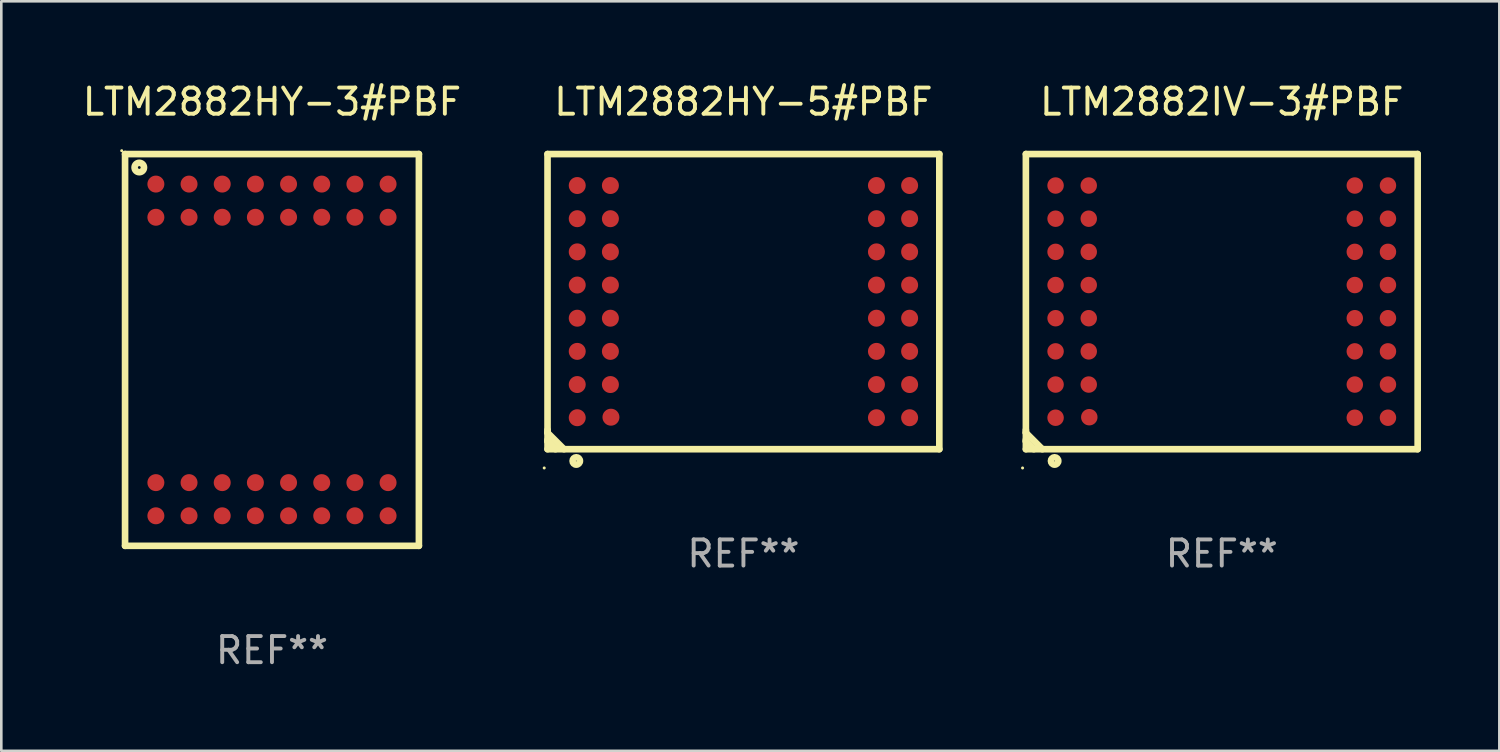
<source format=kicad_pcb>
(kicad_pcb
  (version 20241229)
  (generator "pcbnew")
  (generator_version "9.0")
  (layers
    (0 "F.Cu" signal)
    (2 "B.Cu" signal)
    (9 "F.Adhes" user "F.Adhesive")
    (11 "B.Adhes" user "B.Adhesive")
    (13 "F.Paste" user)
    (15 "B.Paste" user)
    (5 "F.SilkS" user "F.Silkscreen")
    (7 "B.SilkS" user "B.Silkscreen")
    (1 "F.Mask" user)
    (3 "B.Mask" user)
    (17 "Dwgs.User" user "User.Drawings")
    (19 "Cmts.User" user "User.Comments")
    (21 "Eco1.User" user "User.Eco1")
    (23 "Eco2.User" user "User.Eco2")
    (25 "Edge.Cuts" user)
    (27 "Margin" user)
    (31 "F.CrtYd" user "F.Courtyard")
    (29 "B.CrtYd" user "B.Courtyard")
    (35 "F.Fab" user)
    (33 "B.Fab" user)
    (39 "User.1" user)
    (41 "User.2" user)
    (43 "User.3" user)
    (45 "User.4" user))
  (footprint "LTM2882IV-3#PBF"
    (layer "F.Cu")
    (at 43.727 8.498)
    (property "Reference" "LTM2882IV-3#PBF" (at 0 -7.65 0) (layer "F.SilkS") (effects (font (size 1 1) (thickness 0.15))))
    (attr through_hole)
    (fp_line (start -7.5 -5.65) (end -7.5 5.65) (stroke (width 0.254) (type solid)) (layer "F.SilkS"))
    (fp_line (start -7.5 -5.65) (end 7.5 -5.65) (stroke (width 0.254) (type solid)) (layer "F.SilkS"))
    (fp_line (start -7.5 4.911) (end -7.5 5.02) (stroke (width 0.254) (type solid)) (layer "F.SilkS"))
    (fp_line (start -7.5 5.02) (end -6.87 5.65) (stroke (width 0.254) (type solid)) (layer "F.SilkS"))
    (fp_line (start -7.5 5.286) (end -7.5 5.347) (stroke (width 0.254) (type solid)) (layer "F.SilkS"))
    (fp_line (start -7.5 5.347) (end -7.197 5.65) (stroke (width 0.254) (type solid)) (layer "F.SilkS"))
    (fp_line (start -7.5 5.65) (end 7.5 5.65) (stroke (width 0.254) (type solid)) (layer "F.SilkS"))
    (fp_line (start 7.5 -5.65) (end 7.5 5.65) (stroke (width 0.254) (type solid)) (layer "F.SilkS"))
    (fp_circle (center -7.627 6.369) (end -7.597 6.369) (stroke (width 0.06) (type solid)) (fill no) (layer "F.SilkS"))
    (fp_circle (center -6.4 6.1) (end -6.259 6.1) (stroke (width 0.254) (type solid)) (fill no) (layer "F.SilkS"))
    (fp_text user "REF**" (at 0 9.65 0) (layer "F.Fab") (effects (font (size 1 1) (thickness 0.15))))
    (pad "A1" smd circle (at -6.363 4.445) (size 0.63 0.63) (layers "F.Cu" "F.Mask" "F.Paste"))
    (pad "A2" smd circle (at -6.363 3.175) (size 0.63 0.63) (layers "F.Cu" "F.Mask" "F.Paste"))
    (pad "A3" smd circle (at -6.363 1.905) (size 0.63 0.63) (layers "F.Cu" "F.Mask" "F.Paste"))
    (pad "A4" smd circle (at -6.363 0.635) (size 0.63 0.63) (layers "F.Cu" "F.Mask" "F.Paste"))
    (pad "A5" smd circle (at -6.363 -0.635) (size 0.63 0.63) (layers "F.Cu" "F.Mask" "F.Paste"))
    (pad "A6" smd circle (at -6.363 -1.905) (size 0.63 0.63) (layers "F.Cu" "F.Mask" "F.Paste"))
    (pad "A7" smd circle (at -6.363 -3.175) (size 0.63 0.63) (layers "F.Cu" "F.Mask" "F.Paste"))
    (pad "A8" smd circle (at -6.363 -4.445) (size 0.63 0.63) (layers "F.Cu" "F.Mask" "F.Paste"))
    (pad "B1" smd circle (at -5.072 4.425) (size 0.63 0.63) (layers "F.Cu" "F.Mask" "F.Paste"))
    (pad "B2" smd circle (at -5.093 3.175) (size 0.63 0.63) (layers "F.Cu" "F.Mask" "F.Paste"))
    (pad "B3" smd circle (at -5.093 1.905) (size 0.63 0.63) (layers "F.Cu" "F.Mask" "F.Paste"))
    (pad "B4" smd circle (at -5.093 0.635) (size 0.63 0.63) (layers "F.Cu" "F.Mask" "F.Paste"))
    (pad "B5" smd circle (at -5.093 -0.635) (size 0.63 0.63) (layers "F.Cu" "F.Mask" "F.Paste"))
    (pad "B6" smd circle (at -5.093 -1.905) (size 0.63 0.63) (layers "F.Cu" "F.Mask" "F.Paste"))
    (pad "B7" smd circle (at -5.093 -3.175) (size 0.63 0.63) (layers "F.Cu" "F.Mask" "F.Paste"))
    (pad "B8" smd circle (at -5.093 -4.445) (size 0.63 0.63) (layers "F.Cu" "F.Mask" "F.Paste"))
    (pad "K1" smd circle (at 5.093 4.445) (size 0.63 0.63) (layers "F.Cu" "F.Mask" "F.Paste"))
    (pad "K2" smd circle (at 5.093 3.175) (size 0.63 0.63) (layers "F.Cu" "F.Mask" "F.Paste"))
    (pad "K3" smd circle (at 5.093 1.905) (size 0.63 0.63) (layers "F.Cu" "F.Mask" "F.Paste"))
    (pad "K4" smd circle (at 5.093 0.635) (size 0.63 0.63) (layers "F.Cu" "F.Mask" "F.Paste"))
    (pad "K5" smd circle (at 5.093 -0.635) (size 0.63 0.63) (layers "F.Cu" "F.Mask" "F.Paste"))
    (pad "K6" smd circle (at 5.093 -1.905) (size 0.63 0.63) (layers "F.Cu" "F.Mask" "F.Paste"))
    (pad "K7" smd circle (at 5.093 -3.175) (size 0.63 0.63) (layers "F.Cu" "F.Mask" "F.Paste"))
    (pad "K8" smd circle (at 5.093 -4.445) (size 0.63 0.63) (layers "F.Cu" "F.Mask" "F.Paste"))
    (pad "L1" smd circle (at 6.363 4.445) (size 0.63 0.63) (layers "F.Cu" "F.Mask" "F.Paste"))
    (pad "L2" smd circle (at 6.363 3.175) (size 0.63 0.63) (layers "F.Cu" "F.Mask" "F.Paste"))
    (pad "L3" smd circle (at 6.363 1.905) (size 0.63 0.63) (layers "F.Cu" "F.Mask" "F.Paste"))
    (pad "L4" smd circle (at 6.363 0.635) (size 0.63 0.63) (layers "F.Cu" "F.Mask" "F.Paste"))
    (pad "L5" smd circle (at 6.363 -0.635) (size 0.63 0.63) (layers "F.Cu" "F.Mask" "F.Paste"))
    (pad "L6" smd circle (at 6.363 -1.905) (size 0.63 0.63) (layers "F.Cu" "F.Mask" "F.Paste"))
    (pad "L7" smd circle (at 6.363 -3.175) (size 0.63 0.63) (layers "F.Cu" "F.Mask" "F.Paste"))
    (pad "L8" smd circle (at 6.363 -4.445) (size 0.63 0.63) (layers "F.Cu" "F.Mask" "F.Paste")))
  (footprint "LTM2882HY-3#PBF"
    (layer "F.Cu")
    (at 7.363 10.348)
    (property "Reference" "LTM2882HY-3#PBF" (at 0 -9.5 0) (layer "F.SilkS") (effects (font (size 1 1) (thickness 0.15))))
    (attr through_hole)
    (fp_line (start -5.625 -7.5) (end -5.625 7.5) (stroke (width 0.254) (type solid)) (layer "F.SilkS"))
    (fp_line (start -5.625 -7.5) (end 5.625 -7.5) (stroke (width 0.254) (type solid)) (layer "F.SilkS"))
    (fp_line (start -5.625 7.5) (end 5.625 7.5) (stroke (width 0.254) (type solid)) (layer "F.SilkS"))
    (fp_line (start 5.625 -7.5) (end 5.625 7.5) (stroke (width 0.254) (type solid)) (layer "F.SilkS"))
    (fp_circle (center -5.752 -7.627) (end -5.722 -7.627) (stroke (width 0.06) (type solid)) (fill no) (layer "F.SilkS"))
    (fp_circle (center -5.08 -6.985) (end -4.9 -6.985) (stroke (width 0.254) (type solid)) (fill no) (layer "F.SilkS"))
    (fp_text user "REF**" (at 0 11.5 0) (layer "F.Fab") (effects (font (size 1 1) (thickness 0.15))))
    (pad "A1" smd circle (at -4.445 -6.35) (size 0.65 0.65) (layers "F.Cu" "F.Mask" "F.Paste"))
    (pad "A2" smd circle (at -3.175 -6.35) (size 0.65 0.65) (layers "F.Cu" "F.Mask" "F.Paste"))
    (pad "A3" smd circle (at -1.905 -6.35) (size 0.65 0.65) (layers "F.Cu" "F.Mask" "F.Paste"))
    (pad "A4" smd circle (at -0.635 -6.35) (size 0.65 0.65) (layers "F.Cu" "F.Mask" "F.Paste"))
    (pad "A5" smd circle (at 0.635 -6.35) (size 0.65 0.65) (layers "F.Cu" "F.Mask" "F.Paste"))
    (pad "A6" smd circle (at 1.905 -6.35) (size 0.65 0.65) (layers "F.Cu" "F.Mask" "F.Paste"))
    (pad "A7" smd circle (at 3.175 -6.35) (size 0.65 0.65) (layers "F.Cu" "F.Mask" "F.Paste"))
    (pad "A8" smd circle (at 4.445 -6.35) (size 0.65 0.65) (layers "F.Cu" "F.Mask" "F.Paste"))
    (pad "B1" smd circle (at -4.445 -5.08) (size 0.65 0.65) (layers "F.Cu" "F.Mask" "F.Paste"))
    (pad "B2" smd circle (at -3.175 -5.08) (size 0.65 0.65) (layers "F.Cu" "F.Mask" "F.Paste"))
    (pad "B3" smd circle (at -1.905 -5.08) (size 0.65 0.65) (layers "F.Cu" "F.Mask" "F.Paste"))
    (pad "B4" smd circle (at -0.635 -5.08) (size 0.65 0.65) (layers "F.Cu" "F.Mask" "F.Paste"))
    (pad "B5" smd circle (at 0.635 -5.08) (size 0.65 0.65) (layers "F.Cu" "F.Mask" "F.Paste"))
    (pad "B6" smd circle (at 1.905 -5.08) (size 0.65 0.65) (layers "F.Cu" "F.Mask" "F.Paste"))
    (pad "B7" smd circle (at 3.175 -5.08) (size 0.65 0.65) (layers "F.Cu" "F.Mask" "F.Paste"))
    (pad "B8" smd circle (at 4.445 -5.08) (size 0.65 0.65) (layers "F.Cu" "F.Mask" "F.Paste"))
    (pad "K1" smd circle (at -4.445 5.08) (size 0.65 0.65) (layers "F.Cu" "F.Mask" "F.Paste"))
    (pad "K2" smd circle (at -3.175 5.08) (size 0.65 0.65) (layers "F.Cu" "F.Mask" "F.Paste"))
    (pad "K3" smd circle (at -1.905 5.08) (size 0.65 0.65) (layers "F.Cu" "F.Mask" "F.Paste"))
    (pad "K4" smd circle (at -0.635 5.08) (size 0.65 0.65) (layers "F.Cu" "F.Mask" "F.Paste"))
    (pad "K5" smd circle (at 0.635 5.08) (size 0.65 0.65) (layers "F.Cu" "F.Mask" "F.Paste"))
    (pad "K6" smd circle (at 1.905 5.08) (size 0.65 0.65) (layers "F.Cu" "F.Mask" "F.Paste"))
    (pad "K7" smd circle (at 3.175 5.08) (size 0.65 0.65) (layers "F.Cu" "F.Mask" "F.Paste"))
    (pad "K8" smd circle (at 4.445 5.08) (size 0.65 0.65) (layers "F.Cu" "F.Mask" "F.Paste"))
    (pad "L1" smd circle (at -4.445 6.35) (size 0.65 0.65) (layers "F.Cu" "F.Mask" "F.Paste"))
    (pad "L2" smd circle (at -3.175 6.35) (size 0.65 0.65) (layers "F.Cu" "F.Mask" "F.Paste"))
    (pad "L3" smd circle (at -1.905 6.35) (size 0.65 0.65) (layers "F.Cu" "F.Mask" "F.Paste"))
    (pad "L4" smd circle (at -0.635 6.35) (size 0.65 0.65) (layers "F.Cu" "F.Mask" "F.Paste"))
    (pad "L5" smd circle (at 0.635 6.35) (size 0.65 0.65) (layers "F.Cu" "F.Mask" "F.Paste"))
    (pad "L6" smd circle (at 1.905 6.35) (size 0.65 0.65) (layers "F.Cu" "F.Mask" "F.Paste"))
    (pad "L7" smd circle (at 3.175 6.35) (size 0.65 0.65) (layers "F.Cu" "F.Mask" "F.Paste"))
    (pad "L8" smd circle (at 4.445 6.35) (size 0.65 0.65) (layers "F.Cu" "F.Mask" "F.Paste")))
  (footprint "LTM2882HY-5#PBF"
    (layer "F.Cu")
    (at 25.413 8.498)
    (property "Reference" "LTM2882HY-5#PBF" (at 0 -7.65 0) (layer "F.SilkS") (effects (font (size 1 1) (thickness 0.15))))
    (attr through_hole)
    (fp_line (start -7.5 -5.65) (end -7.5 5.65) (stroke (width 0.254) (type solid)) (layer "F.SilkS"))
    (fp_line (start -7.5 -5.65) (end 7.5 -5.65) (stroke (width 0.254) (type solid)) (layer "F.SilkS"))
    (fp_line (start -7.5 4.911) (end -7.5 5.02) (stroke (width 0.254) (type solid)) (layer "F.SilkS"))
    (fp_line (start -7.5 5.02) (end -6.87 5.65) (stroke (width 0.254) (type solid)) (layer "F.SilkS"))
    (fp_line (start -7.5 5.286) (end -7.5 5.347) (stroke (width 0.254) (type solid)) (layer "F.SilkS"))
    (fp_line (start -7.5 5.347) (end -7.197 5.65) (stroke (width 0.254) (type solid)) (layer "F.SilkS"))
    (fp_line (start -7.5 5.65) (end 7.5 5.65) (stroke (width 0.254) (type solid)) (layer "F.SilkS"))
    (fp_line (start 7.5 -5.65) (end 7.5 5.65) (stroke (width 0.254) (type solid)) (layer "F.SilkS"))
    (fp_circle (center -7.627 6.369) (end -7.597 6.369) (stroke (width 0.06) (type solid)) (fill no) (layer "F.SilkS"))
    (fp_circle (center -6.4 6.1) (end -6.259 6.1) (stroke (width 0.254) (type solid)) (fill no) (layer "F.SilkS"))
    (fp_text user "REF**" (at 0 9.65 0) (layer "F.Fab") (effects (font (size 1 1) (thickness 0.15))))
    (pad "A1" smd circle (at -6.363 4.445) (size 0.65 0.65) (layers "F.Cu" "F.Mask" "F.Paste"))
    (pad "A2" smd circle (at -6.363 3.175) (size 0.65 0.65) (layers "F.Cu" "F.Mask" "F.Paste"))
    (pad "A3" smd circle (at -6.363 1.905) (size 0.65 0.65) (layers "F.Cu" "F.Mask" "F.Paste"))
    (pad "A4" smd circle (at -6.363 0.635) (size 0.65 0.65) (layers "F.Cu" "F.Mask" "F.Paste"))
    (pad "A5" smd circle (at -6.363 -0.635) (size 0.65 0.65) (layers "F.Cu" "F.Mask" "F.Paste"))
    (pad "A6" smd circle (at -6.363 -1.905) (size 0.65 0.65) (layers "F.Cu" "F.Mask" "F.Paste"))
    (pad "A7" smd circle (at -6.363 -3.175) (size 0.65 0.65) (layers "F.Cu" "F.Mask" "F.Paste"))
    (pad "A8" smd circle (at -6.363 -4.445) (size 0.65 0.65) (layers "F.Cu" "F.Mask" "F.Paste"))
    (pad "B1" smd circle (at -5.072 4.425) (size 0.65 0.65) (layers "F.Cu" "F.Mask" "F.Paste"))
    (pad "B2" smd circle (at -5.093 3.175) (size 0.65 0.65) (layers "F.Cu" "F.Mask" "F.Paste"))
    (pad "B3" smd circle (at -5.093 1.905) (size 0.65 0.65) (layers "F.Cu" "F.Mask" "F.Paste"))
    (pad "B4" smd circle (at -5.093 0.635) (size 0.65 0.65) (layers "F.Cu" "F.Mask" "F.Paste"))
    (pad "B5" smd circle (at -5.093 -0.635) (size 0.65 0.65) (layers "F.Cu" "F.Mask" "F.Paste"))
    (pad "B6" smd circle (at -5.093 -1.905) (size 0.65 0.65) (layers "F.Cu" "F.Mask" "F.Paste"))
    (pad "B7" smd circle (at -5.093 -3.175) (size 0.65 0.65) (layers "F.Cu" "F.Mask" "F.Paste"))
    (pad "B8" smd circle (at -5.093 -4.445) (size 0.65 0.65) (layers "F.Cu" "F.Mask" "F.Paste"))
    (pad "K1" smd circle (at 5.093 4.445) (size 0.65 0.65) (layers "F.Cu" "F.Mask" "F.Paste"))
    (pad "K2" smd circle (at 5.093 3.175) (size 0.65 0.65) (layers "F.Cu" "F.Mask" "F.Paste"))
    (pad "K3" smd circle (at 5.093 1.905) (size 0.65 0.65) (layers "F.Cu" "F.Mask" "F.Paste"))
    (pad "K4" smd circle (at 5.093 0.635) (size 0.65 0.65) (layers "F.Cu" "F.Mask" "F.Paste"))
    (pad "K5" smd circle (at 5.093 -0.635) (size 0.65 0.65) (layers "F.Cu" "F.Mask" "F.Paste"))
    (pad "K6" smd circle (at 5.093 -1.905) (size 0.65 0.65) (layers "F.Cu" "F.Mask" "F.Paste"))
    (pad "K7" smd circle (at 5.093 -3.175) (size 0.65 0.65) (layers "F.Cu" "F.Mask" "F.Paste"))
    (pad "K8" smd circle (at 5.093 -4.445) (size 0.65 0.65) (layers "F.Cu" "F.Mask" "F.Paste"))
    (pad "L1" smd circle (at 6.363 4.445) (size 0.65 0.65) (layers "F.Cu" "F.Mask" "F.Paste"))
    (pad "L2" smd circle (at 6.363 3.175) (size 0.65 0.65) (layers "F.Cu" "F.Mask" "F.Paste"))
    (pad "L3" smd circle (at 6.363 1.905) (size 0.65 0.65) (layers "F.Cu" "F.Mask" "F.Paste"))
    (pad "L4" smd circle (at 6.363 0.635) (size 0.65 0.65) (layers "F.Cu" "F.Mask" "F.Paste"))
    (pad "L5" smd circle (at 6.363 -0.635) (size 0.65 0.65) (layers "F.Cu" "F.Mask" "F.Paste"))
    (pad "L6" smd circle (at 6.363 -1.905) (size 0.65 0.65) (layers "F.Cu" "F.Mask" "F.Paste"))
    (pad "L7" smd circle (at 6.363 -3.175) (size 0.65 0.65) (layers "F.Cu" "F.Mask" "F.Paste"))
    (pad "L8" smd circle (at 6.363 -4.445) (size 0.65 0.65) (layers "F.Cu" "F.Mask" "F.Paste")))
  (gr_rect
    (start -3 -3)
    (end 54.354 25.697)
    (stroke (width 0.1) (type default))
    (fill no)
    (layer "Edge.Cuts")))
</source>
